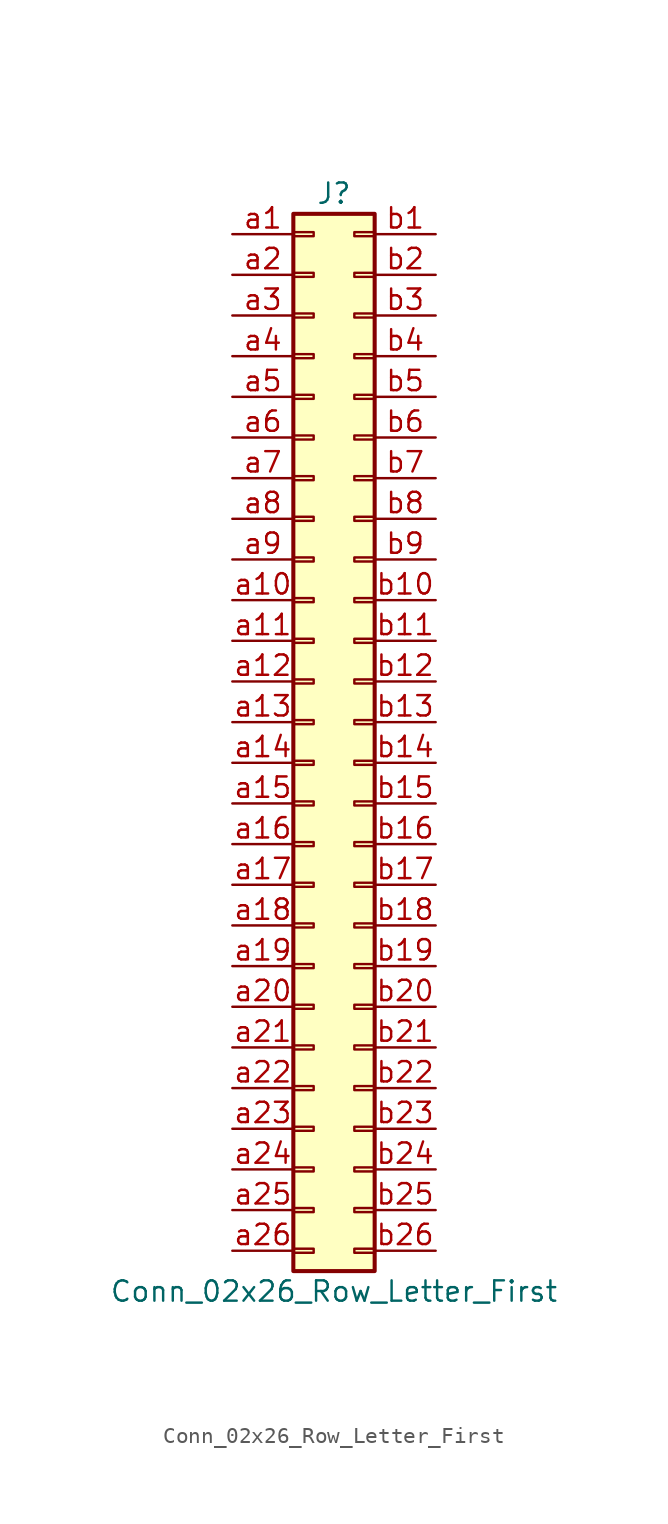
<source format=kicad_sym>
(kicad_symbol_lib
  (version 20220914)
  (generator kicad_symbol_editor)
  (symbol "Conn_02x26_Row_Letter_First"
    (pin_names
      (offset 1.016) hide)
    (property "Reference" "J"
      (at 1.27 33.02 0)
      (effects (font (size 1.27 1.27))))
    (property "Value" "Conn_02x26_Row_Letter_First"
      (at 1.27 -35.56 0)
      (effects (font (size 1.27 1.27))))
    (symbol "Conn_02x26_Row_Letter_First_1_1"
      (rectangle (start -1.27 -32.893) (end 0 -33.147) (stroke (width 0.152) (type default)) (fill (type none)))
      (rectangle (start -1.27 -30.353) (end 0 -30.607) (stroke (width 0.152) (type default)) (fill (type none)))
      (rectangle (start -1.27 -27.813) (end 0 -28.067) (stroke (width 0.152) (type default)) (fill (type none)))
      (rectangle (start -1.27 -25.273) (end 0 -25.527) (stroke (width 0.152) (type default)) (fill (type none)))
      (rectangle (start -1.27 -22.733) (end 0 -22.987) (stroke (width 0.152) (type default)) (fill (type none)))
      (rectangle (start -1.27 -20.193) (end 0 -20.447) (stroke (width 0.152) (type default)) (fill (type none)))
      (rectangle (start -1.27 -17.653) (end 0 -17.907) (stroke (width 0.152) (type default)) (fill (type none)))
      (rectangle (start -1.27 -15.113) (end 0 -15.367) (stroke (width 0.152) (type default)) (fill (type none)))
      (rectangle (start -1.27 -12.573) (end 0 -12.827) (stroke (width 0.152) (type default)) (fill (type none)))
      (rectangle (start -1.27 -10.033) (end 0 -10.287) (stroke (width 0.152) (type default)) (fill (type none)))
      (rectangle (start -1.27 -7.493) (end 0 -7.747) (stroke (width 0.152) (type default)) (fill (type none)))
      (rectangle (start -1.27 -4.953) (end 0 -5.207) (stroke (width 0.152) (type default)) (fill (type none)))
      (rectangle (start -1.27 -2.413) (end 0 -2.667) (stroke (width 0.152) (type default)) (fill (type none)))
      (rectangle (start -1.27 0.127) (end 0 -0.127) (stroke (width 0.152) (type default)) (fill (type none)))
      (rectangle (start -1.27 2.667) (end 0 2.413) (stroke (width 0.152) (type default)) (fill (type none)))
      (rectangle (start -1.27 5.207) (end 0 4.953) (stroke (width 0.152) (type default)) (fill (type none)))
      (rectangle (start -1.27 7.747) (end 0 7.493) (stroke (width 0.152) (type default)) (fill (type none)))
      (rectangle (start -1.27 10.287) (end 0 10.033) (stroke (width 0.152) (type default)) (fill (type none)))
      (rectangle (start -1.27 12.827) (end 0 12.573) (stroke (width 0.152) (type default)) (fill (type none)))
      (rectangle (start -1.27 15.367) (end 0 15.113) (stroke (width 0.152) (type default)) (fill (type none)))
      (rectangle (start -1.27 17.907) (end 0 17.653) (stroke (width 0.152) (type default)) (fill (type none)))
      (rectangle (start -1.27 20.447) (end 0 20.193) (stroke (width 0.152) (type default)) (fill (type none)))
      (rectangle (start -1.27 22.987) (end 0 22.733) (stroke (width 0.152) (type default)) (fill (type none)))
      (rectangle (start -1.27 25.527) (end 0 25.273) (stroke (width 0.152) (type default)) (fill (type none)))
      (rectangle (start -1.27 28.067) (end 0 27.813) (stroke (width 0.152) (type default)) (fill (type none)))
      (rectangle (start -1.27 30.607) (end 0 30.353) (stroke (width 0.152) (type default)) (fill (type none)))
      (rectangle (start -1.27 31.75) (end 3.81 -34.29) (stroke (width 0.254) (type default)) (fill (type background)))
      (rectangle (start 3.81 -32.893) (end 2.54 -33.147) (stroke (width 0.152) (type default)) (fill (type none)))
      (rectangle (start 3.81 -30.353) (end 2.54 -30.607) (stroke (width 0.152) (type default)) (fill (type none)))
      (rectangle (start 3.81 -27.813) (end 2.54 -28.067) (stroke (width 0.152) (type default)) (fill (type none)))
      (rectangle (start 3.81 -25.273) (end 2.54 -25.527) (stroke (width 0.152) (type default)) (fill (type none)))
      (rectangle (start 3.81 -22.733) (end 2.54 -22.987) (stroke (width 0.152) (type default)) (fill (type none)))
      (rectangle (start 3.81 -20.193) (end 2.54 -20.447) (stroke (width 0.152) (type default)) (fill (type none)))
      (rectangle (start 3.81 -17.653) (end 2.54 -17.907) (stroke (width 0.152) (type default)) (fill (type none)))
      (rectangle (start 3.81 -15.113) (end 2.54 -15.367) (stroke (width 0.152) (type default)) (fill (type none)))
      (rectangle (start 3.81 -12.573) (end 2.54 -12.827) (stroke (width 0.152) (type default)) (fill (type none)))
      (rectangle (start 3.81 -10.033) (end 2.54 -10.287) (stroke (width 0.152) (type default)) (fill (type none)))
      (rectangle (start 3.81 -7.493) (end 2.54 -7.747) (stroke (width 0.152) (type default)) (fill (type none)))
      (rectangle (start 3.81 -4.953) (end 2.54 -5.207) (stroke (width 0.152) (type default)) (fill (type none)))
      (rectangle (start 3.81 -2.413) (end 2.54 -2.667) (stroke (width 0.152) (type default)) (fill (type none)))
      (rectangle (start 3.81 0.127) (end 2.54 -0.127) (stroke (width 0.152) (type default)) (fill (type none)))
      (rectangle (start 3.81 2.667) (end 2.54 2.413) (stroke (width 0.152) (type default)) (fill (type none)))
      (rectangle (start 3.81 5.207) (end 2.54 4.953) (stroke (width 0.152) (type default)) (fill (type none)))
      (rectangle (start 3.81 7.747) (end 2.54 7.493) (stroke (width 0.152) (type default)) (fill (type none)))
      (rectangle (start 3.81 10.287) (end 2.54 10.033) (stroke (width 0.152) (type default)) (fill (type none)))
      (rectangle (start 3.81 12.827) (end 2.54 12.573) (stroke (width 0.152) (type default)) (fill (type none)))
      (rectangle (start 3.81 15.367) (end 2.54 15.113) (stroke (width 0.152) (type default)) (fill (type none)))
      (rectangle (start 3.81 17.907) (end 2.54 17.653) (stroke (width 0.152) (type default)) (fill (type none)))
      (rectangle (start 3.81 20.447) (end 2.54 20.193) (stroke (width 0.152) (type default)) (fill (type none)))
      (rectangle (start 3.81 22.987) (end 2.54 22.733) (stroke (width 0.152) (type default)) (fill (type none)))
      (rectangle (start 3.81 25.527) (end 2.54 25.273) (stroke (width 0.152) (type default)) (fill (type none)))
      (rectangle (start 3.81 28.067) (end 2.54 27.813) (stroke (width 0.152) (type default)) (fill (type none)))
      (rectangle (start 3.81 30.607) (end 2.54 30.353) (stroke (width 0.152) (type default)) (fill (type none)))
      (pin passive line (at -5.08 30.48 0) (length 3.81) (name "Pin_a1" (effects (font (size 1.27 1.27)))) (number "a1" (effects (font (size 1.27 1.27)))))
      (pin passive line (at -5.08 7.62 0) (length 3.81) (name "Pin_a10" (effects (font (size 1.27 1.27)))) (number "a10" (effects (font (size 1.27 1.27)))))
      (pin passive line (at -5.08 5.08 0) (length 3.81) (name "Pin_a11" (effects (font (size 1.27 1.27)))) (number "a11" (effects (font (size 1.27 1.27)))))
      (pin passive line (at -5.08 2.54 0) (length 3.81) (name "Pin_a12" (effects (font (size 1.27 1.27)))) (number "a12" (effects (font (size 1.27 1.27)))))
      (pin passive line (at -5.08 0 0) (length 3.81) (name "Pin_a13" (effects (font (size 1.27 1.27)))) (number "a13" (effects (font (size 1.27 1.27)))))
      (pin passive line (at -5.08 -2.54 0) (length 3.81) (name "Pin_a14" (effects (font (size 1.27 1.27)))) (number "a14" (effects (font (size 1.27 1.27)))))
      (pin passive line (at -5.08 -5.08 0) (length 3.81) (name "Pin_a15" (effects (font (size 1.27 1.27)))) (number "a15" (effects (font (size 1.27 1.27)))))
      (pin passive line (at -5.08 -7.62 0) (length 3.81) (name "Pin_a16" (effects (font (size 1.27 1.27)))) (number "a16" (effects (font (size 1.27 1.27)))))
      (pin passive line (at -5.08 -10.16 0) (length 3.81) (name "Pin_a17" (effects (font (size 1.27 1.27)))) (number "a17" (effects (font (size 1.27 1.27)))))
      (pin passive line (at -5.08 -12.7 0) (length 3.81) (name "Pin_a18" (effects (font (size 1.27 1.27)))) (number "a18" (effects (font (size 1.27 1.27)))))
      (pin passive line (at -5.08 -15.24 0) (length 3.81) (name "Pin_a19" (effects (font (size 1.27 1.27)))) (number "a19" (effects (font (size 1.27 1.27)))))
      (pin passive line (at -5.08 27.94 0) (length 3.81) (name "Pin_a2" (effects (font (size 1.27 1.27)))) (number "a2" (effects (font (size 1.27 1.27)))))
      (pin passive line (at -5.08 -17.78 0) (length 3.81) (name "Pin_a20" (effects (font (size 1.27 1.27)))) (number "a20" (effects (font (size 1.27 1.27)))))
      (pin passive line (at -5.08 -20.32 0) (length 3.81) (name "Pin_a21" (effects (font (size 1.27 1.27)))) (number "a21" (effects (font (size 1.27 1.27)))))
      (pin passive line (at -5.08 -22.86 0) (length 3.81) (name "Pin_a22" (effects (font (size 1.27 1.27)))) (number "a22" (effects (font (size 1.27 1.27)))))
      (pin passive line (at -5.08 -25.4 0) (length 3.81) (name "Pin_a23" (effects (font (size 1.27 1.27)))) (number "a23" (effects (font (size 1.27 1.27)))))
      (pin passive line (at -5.08 -27.94 0) (length 3.81) (name "Pin_a24" (effects (font (size 1.27 1.27)))) (number "a24" (effects (font (size 1.27 1.27)))))
      (pin passive line (at -5.08 -30.48 0) (length 3.81) (name "Pin_a25" (effects (font (size 1.27 1.27)))) (number "a25" (effects (font (size 1.27 1.27)))))
      (pin passive line (at -5.08 -33.02 0) (length 3.81) (name "Pin_a26" (effects (font (size 1.27 1.27)))) (number "a26" (effects (font (size 1.27 1.27)))))
      (pin passive line (at -5.08 25.4 0) (length 3.81) (name "Pin_a3" (effects (font (size 1.27 1.27)))) (number "a3" (effects (font (size 1.27 1.27)))))
      (pin passive line (at -5.08 22.86 0) (length 3.81) (name "Pin_a4" (effects (font (size 1.27 1.27)))) (number "a4" (effects (font (size 1.27 1.27)))))
      (pin passive line (at -5.08 20.32 0) (length 3.81) (name "Pin_a5" (effects (font (size 1.27 1.27)))) (number "a5" (effects (font (size 1.27 1.27)))))
      (pin passive line (at -5.08 17.78 0) (length 3.81) (name "Pin_a6" (effects (font (size 1.27 1.27)))) (number "a6" (effects (font (size 1.27 1.27)))))
      (pin passive line (at -5.08 15.24 0) (length 3.81) (name "Pin_a7" (effects (font (size 1.27 1.27)))) (number "a7" (effects (font (size 1.27 1.27)))))
      (pin passive line (at -5.08 12.7 0) (length 3.81) (name "Pin_a8" (effects (font (size 1.27 1.27)))) (number "a8" (effects (font (size 1.27 1.27)))))
      (pin passive line (at -5.08 10.16 0) (length 3.81) (name "Pin_a9" (effects (font (size 1.27 1.27)))) (number "a9" (effects (font (size 1.27 1.27)))))
      (pin passive line (at 7.62 30.48 180) (length 3.81) (name "Pin_b1" (effects (font (size 1.27 1.27)))) (number "b1" (effects (font (size 1.27 1.27)))))
      (pin passive line (at 7.62 7.62 180) (length 3.81) (name "Pin_b10" (effects (font (size 1.27 1.27)))) (number "b10" (effects (font (size 1.27 1.27)))))
      (pin passive line (at 7.62 5.08 180) (length 3.81) (name "Pin_b11" (effects (font (size 1.27 1.27)))) (number "b11" (effects (font (size 1.27 1.27)))))
      (pin passive line (at 7.62 2.54 180) (length 3.81) (name "Pin_b12" (effects (font (size 1.27 1.27)))) (number "b12" (effects (font (size 1.27 1.27)))))
      (pin passive line (at 7.62 0 180) (length 3.81) (name "Pin_b13" (effects (font (size 1.27 1.27)))) (number "b13" (effects (font (size 1.27 1.27)))))
      (pin passive line (at 7.62 -2.54 180) (length 3.81) (name "Pin_b14" (effects (font (size 1.27 1.27)))) (number "b14" (effects (font (size 1.27 1.27)))))
      (pin passive line (at 7.62 -5.08 180) (length 3.81) (name "Pin_b15" (effects (font (size 1.27 1.27)))) (number "b15" (effects (font (size 1.27 1.27)))))
      (pin passive line (at 7.62 -7.62 180) (length 3.81) (name "Pin_b16" (effects (font (size 1.27 1.27)))) (number "b16" (effects (font (size 1.27 1.27)))))
      (pin passive line (at 7.62 -10.16 180) (length 3.81) (name "Pin_b17" (effects (font (size 1.27 1.27)))) (number "b17" (effects (font (size 1.27 1.27)))))
      (pin passive line (at 7.62 -12.7 180) (length 3.81) (name "Pin_b18" (effects (font (size 1.27 1.27)))) (number "b18" (effects (font (size 1.27 1.27)))))
      (pin passive line (at 7.62 -15.24 180) (length 3.81) (name "Pin_b19" (effects (font (size 1.27 1.27)))) (number "b19" (effects (font (size 1.27 1.27)))))
      (pin passive line (at 7.62 27.94 180) (length 3.81) (name "Pin_b2" (effects (font (size 1.27 1.27)))) (number "b2" (effects (font (size 1.27 1.27)))))
      (pin passive line (at 7.62 -17.78 180) (length 3.81) (name "Pin_b20" (effects (font (size 1.27 1.27)))) (number "b20" (effects (font (size 1.27 1.27)))))
      (pin passive line (at 7.62 -20.32 180) (length 3.81) (name "Pin_b21" (effects (font (size 1.27 1.27)))) (number "b21" (effects (font (size 1.27 1.27)))))
      (pin passive line (at 7.62 -22.86 180) (length 3.81) (name "Pin_b22" (effects (font (size 1.27 1.27)))) (number "b22" (effects (font (size 1.27 1.27)))))
      (pin passive line (at 7.62 -25.4 180) (length 3.81) (name "Pin_b23" (effects (font (size 1.27 1.27)))) (number "b23" (effects (font (size 1.27 1.27)))))
      (pin passive line (at 7.62 -27.94 180) (length 3.81) (name "Pin_b24" (effects (font (size 1.27 1.27)))) (number "b24" (effects (font (size 1.27 1.27)))))
      (pin passive line (at 7.62 -30.48 180) (length 3.81) (name "Pin_b25" (effects (font (size 1.27 1.27)))) (number "b25" (effects (font (size 1.27 1.27)))))
      (pin passive line (at 7.62 -33.02 180) (length 3.81) (name "Pin_b26" (effects (font (size 1.27 1.27)))) (number "b26" (effects (font (size 1.27 1.27)))))
      (pin passive line (at 7.62 25.4 180) (length 3.81) (name "Pin_b3" (effects (font (size 1.27 1.27)))) (number "b3" (effects (font (size 1.27 1.27)))))
      (pin passive line (at 7.62 22.86 180) (length 3.81) (name "Pin_b4" (effects (font (size 1.27 1.27)))) (number "b4" (effects (font (size 1.27 1.27)))))
      (pin passive line (at 7.62 20.32 180) (length 3.81) (name "Pin_b5" (effects (font (size 1.27 1.27)))) (number "b5" (effects (font (size 1.27 1.27)))))
      (pin passive line (at 7.62 17.78 180) (length 3.81) (name "Pin_b6" (effects (font (size 1.27 1.27)))) (number "b6" (effects (font (size 1.27 1.27)))))
      (pin passive line (at 7.62 15.24 180) (length 3.81) (name "Pin_b7" (effects (font (size 1.27 1.27)))) (number "b7" (effects (font (size 1.27 1.27)))))
      (pin passive line (at 7.62 12.7 180) (length 3.81) (name "Pin_b8" (effects (font (size 1.27 1.27)))) (number "b8" (effects (font (size 1.27 1.27)))))
      (pin passive line (at 7.62 10.16 180) (length 3.81) (name "Pin_b9" (effects (font (size 1.27 1.27)))) (number "b9" (effects (font (size 1.27 1.27))))))))
</source>
